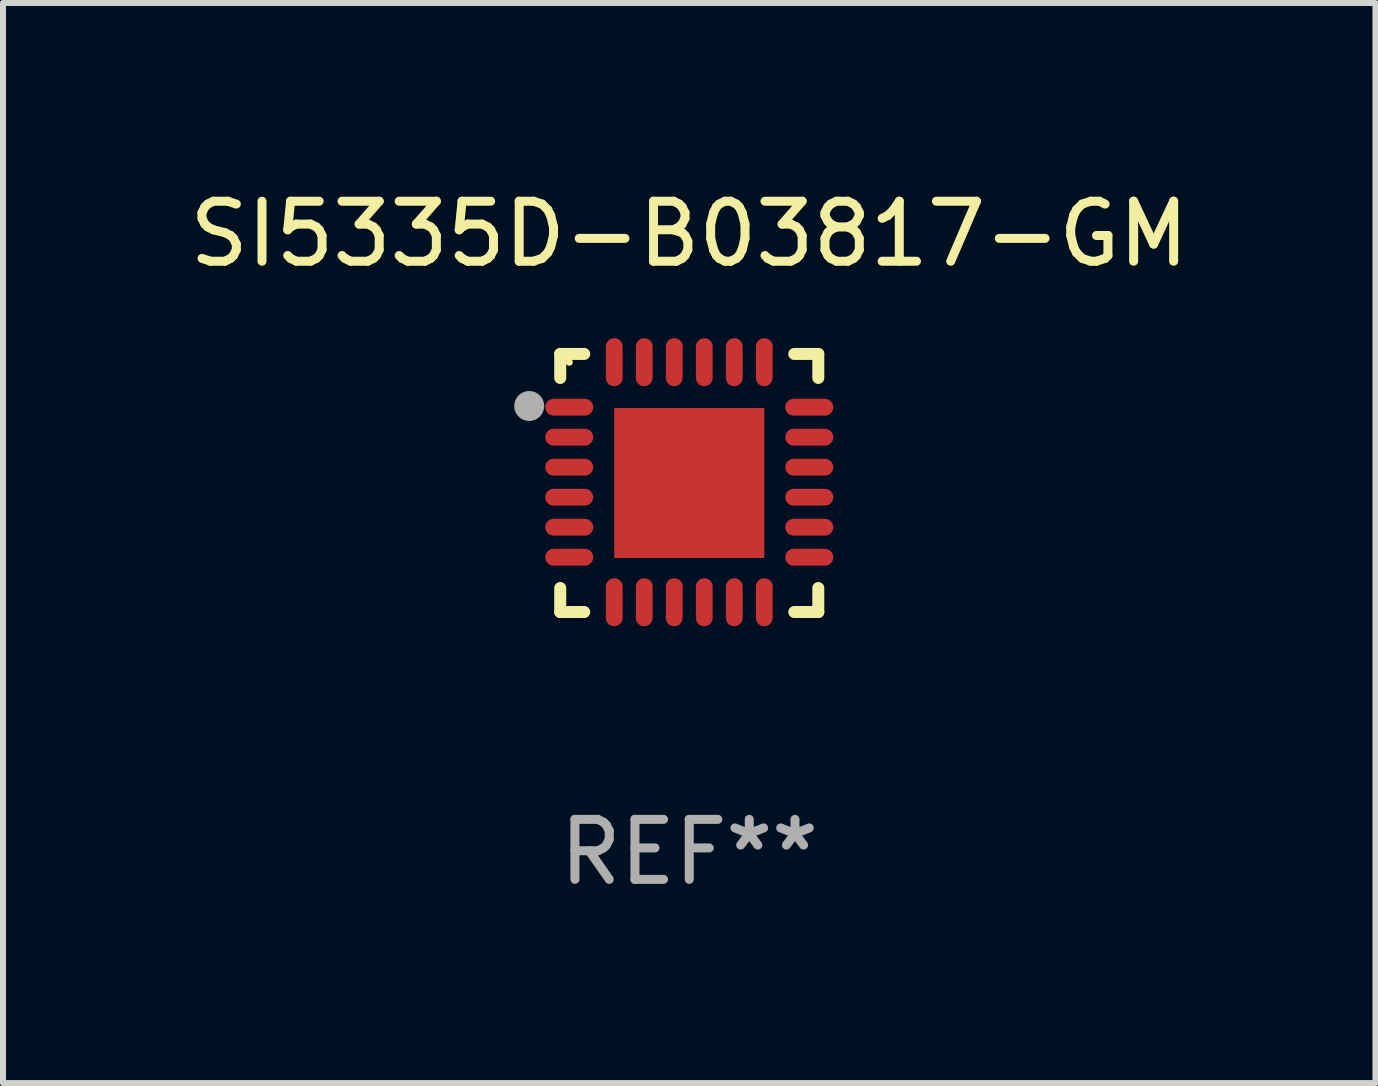
<source format=kicad_pcb>
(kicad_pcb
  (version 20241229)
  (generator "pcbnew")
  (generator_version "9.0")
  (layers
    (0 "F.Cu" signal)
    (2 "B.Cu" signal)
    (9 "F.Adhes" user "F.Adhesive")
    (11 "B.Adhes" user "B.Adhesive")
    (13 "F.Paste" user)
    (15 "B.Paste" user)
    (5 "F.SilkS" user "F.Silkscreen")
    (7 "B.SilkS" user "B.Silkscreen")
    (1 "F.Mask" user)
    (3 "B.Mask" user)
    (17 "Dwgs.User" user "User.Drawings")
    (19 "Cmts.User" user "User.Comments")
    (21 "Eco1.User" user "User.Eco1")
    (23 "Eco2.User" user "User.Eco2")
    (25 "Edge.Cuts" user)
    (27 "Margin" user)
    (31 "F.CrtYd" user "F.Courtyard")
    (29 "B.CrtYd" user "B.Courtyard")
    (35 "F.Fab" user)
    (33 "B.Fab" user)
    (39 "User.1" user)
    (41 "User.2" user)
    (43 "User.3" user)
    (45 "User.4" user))
  (footprint "SI5335D-B03817-GM"
    (layer "F.Cu")
    (at 8.435 4.998)
    (property "Reference" "SI5335D-B03817-GM" (at 0 -4.15 0) (layer "F.SilkS") (effects (font (size 1 1) (thickness 0.15))))
    (attr through_hole)
    (fp_line (start -2.15 -2.15) (end -1.75 -2.15) (stroke (width 0.2) (type solid)) (layer "F.SilkS"))
    (fp_line (start -2.15 -1.75) (end -2.15 -2.15) (stroke (width 0.2) (type solid)) (layer "F.SilkS"))
    (fp_line (start -2.15 2.15) (end -2.15 1.75) (stroke (width 0.2) (type solid)) (layer "F.SilkS"))
    (fp_line (start -1.75 2.15) (end -2.15 2.15) (stroke (width 0.2) (type solid)) (layer "F.SilkS"))
    (fp_line (start 1.75 -2.15) (end 2.15 -2.15) (stroke (width 0.2) (type solid)) (layer "F.SilkS"))
    (fp_line (start 1.75 2.15) (end 2.15 2.15) (stroke (width 0.2) (type solid)) (layer "F.SilkS"))
    (fp_line (start 2.15 -2.15) (end 2.15 -1.75) (stroke (width 0.2) (type solid)) (layer "F.SilkS"))
    (fp_line (start 2.15 2.15) (end 2.15 1.75) (stroke (width 0.2) (type solid)) (layer "F.SilkS"))
    (fp_circle (center -2 -2.013) (end -1.97 -2.013) (stroke (width 0.06) (type solid)) (fill no) (layer "F.SilkS"))
    (fp_circle (center -2.667 -1.283) (end -2.542 -1.283) (stroke (width 0.25) (type solid)) (fill no) (layer "F.Fab"))
    (fp_text user "REF**" (at 0 6.15 0) (layer "F.Fab") (effects (font (size 1 1) (thickness 0.15))))
    (pad "1" smd oval (at -2 -1.263) (size 0.8 0.28) (layers "F.Cu" "F.Mask" "F.Paste"))
    (pad "2" smd oval (at -2 -0.763) (size 0.8 0.28) (layers "F.Cu" "F.Mask" "F.Paste"))
    (pad "3" smd oval (at -2 -0.263) (size 0.8 0.28) (layers "F.Cu" "F.Mask" "F.Paste"))
    (pad "4" smd oval (at -2 0.237) (size 0.8 0.28) (layers "F.Cu" "F.Mask" "F.Paste"))
    (pad "5" smd oval (at -2 0.737) (size 0.8 0.28) (layers "F.Cu" "F.Mask" "F.Paste"))
    (pad "6" smd oval (at -2 1.237) (size 0.8 0.28) (layers "F.Cu" "F.Mask" "F.Paste"))
    (pad "7" smd oval (at -1.25 1.987) (size 0.28 0.8) (layers "F.Cu" "F.Mask" "F.Paste"))
    (pad "8" smd oval (at -0.75 1.987) (size 0.28 0.8) (layers "F.Cu" "F.Mask" "F.Paste"))
    (pad "9" smd oval (at -0.25 1.987) (size 0.28 0.8) (layers "F.Cu" "F.Mask" "F.Paste"))
    (pad "10" smd oval (at 0.25 1.987) (size 0.28 0.8) (layers "F.Cu" "F.Mask" "F.Paste"))
    (pad "11" smd oval (at 0.75 1.987) (size 0.28 0.8) (layers "F.Cu" "F.Mask" "F.Paste"))
    (pad "12" smd oval (at 1.25 1.987) (size 0.28 0.8) (layers "F.Cu" "F.Mask" "F.Paste"))
    (pad "13" smd oval (at 2 1.237) (size 0.8 0.28) (layers "F.Cu" "F.Mask" "F.Paste"))
    (pad "14" smd oval (at 2 0.737) (size 0.8 0.28) (layers "F.Cu" "F.Mask" "F.Paste"))
    (pad "15" smd oval (at 2 0.237) (size 0.8 0.28) (layers "F.Cu" "F.Mask" "F.Paste"))
    (pad "16" smd oval (at 2 -0.263) (size 0.8 0.28) (layers "F.Cu" "F.Mask" "F.Paste"))
    (pad "17" smd oval (at 2 -0.763) (size 0.8 0.28) (layers "F.Cu" "F.Mask" "F.Paste"))
    (pad "18" smd oval (at 2 -1.263) (size 0.8 0.28) (layers "F.Cu" "F.Mask" "F.Paste"))
    (pad "19" smd oval (at 1.25 -2.013) (size 0.28 0.8) (layers "F.Cu" "F.Mask" "F.Paste"))
    (pad "20" smd oval (at 0.75 -2.013) (size 0.28 0.8) (layers "F.Cu" "F.Mask" "F.Paste"))
    (pad "21" smd oval (at 0.25 -2.013) (size 0.28 0.8) (layers "F.Cu" "F.Mask" "F.Paste"))
    (pad "22" smd oval (at -0.25 -2.013) (size 0.28 0.8) (layers "F.Cu" "F.Mask" "F.Paste"))
    (pad "23" smd oval (at -0.75 -2.013) (size 0.28 0.8) (layers "F.Cu" "F.Mask" "F.Paste"))
    (pad "24" smd oval (at -1.25 -2.013) (size 0.28 0.8) (layers "F.Cu" "F.Mask" "F.Paste"))
    (pad "25" smd rect (at -0.000127 -0.00014) (size 2.5 2.5) (layers "F.Cu" "F.Mask" "F.Paste")))
  (gr_rect
    (start -3 -3)
    (end 19.869 14.997)
    (stroke (width 0.1) (type default))
    (fill no)
    (layer "Edge.Cuts")))
</source>
